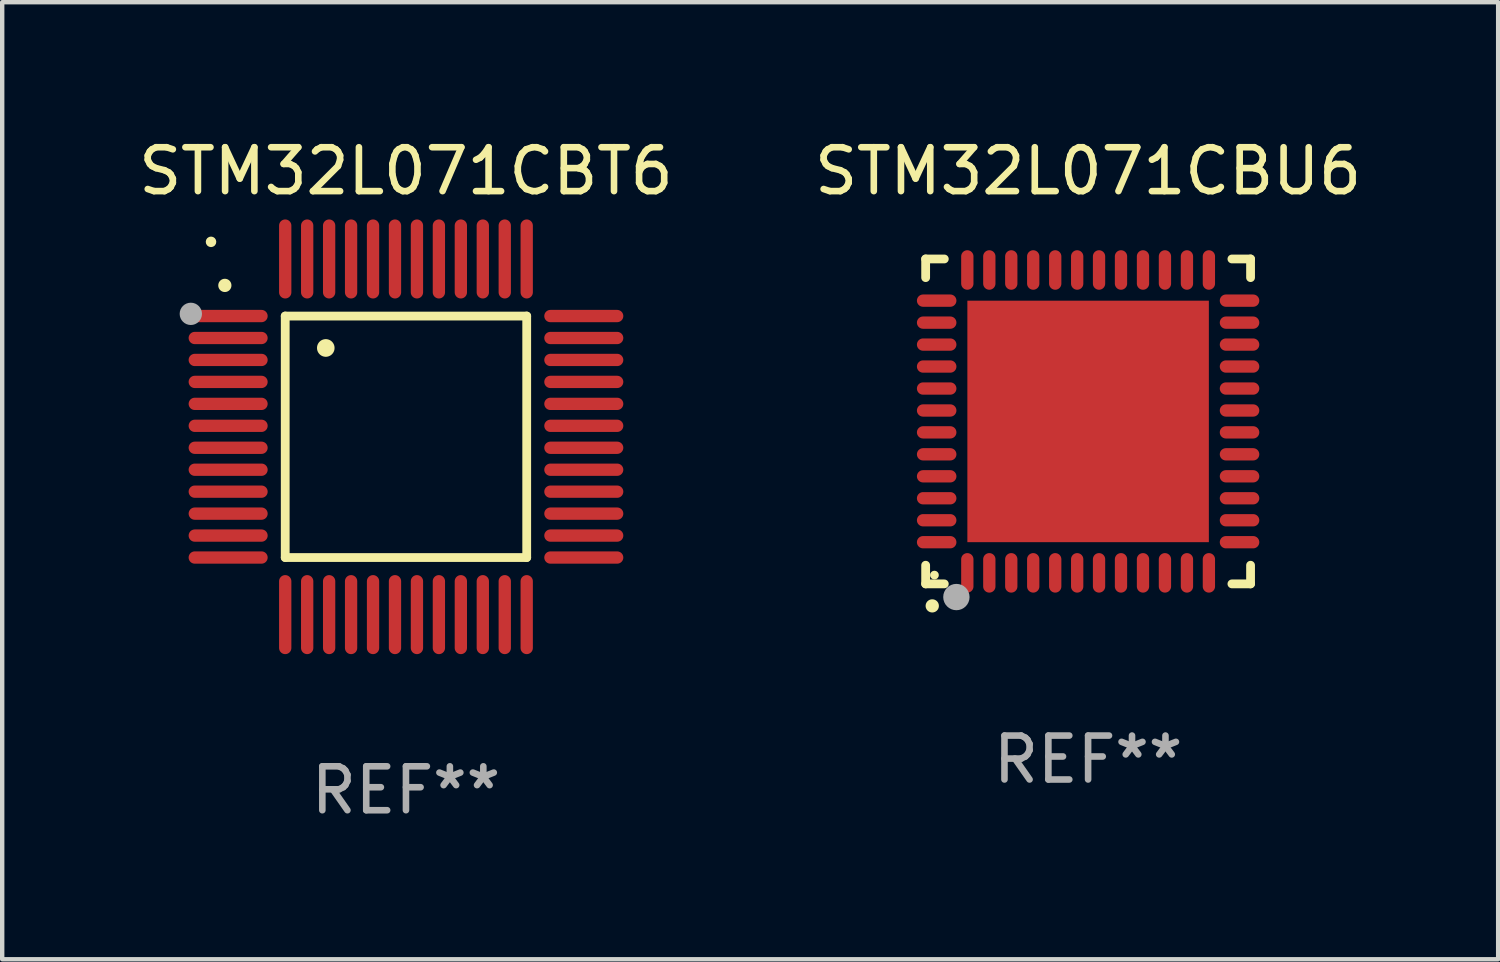
<source format=kicad_pcb>
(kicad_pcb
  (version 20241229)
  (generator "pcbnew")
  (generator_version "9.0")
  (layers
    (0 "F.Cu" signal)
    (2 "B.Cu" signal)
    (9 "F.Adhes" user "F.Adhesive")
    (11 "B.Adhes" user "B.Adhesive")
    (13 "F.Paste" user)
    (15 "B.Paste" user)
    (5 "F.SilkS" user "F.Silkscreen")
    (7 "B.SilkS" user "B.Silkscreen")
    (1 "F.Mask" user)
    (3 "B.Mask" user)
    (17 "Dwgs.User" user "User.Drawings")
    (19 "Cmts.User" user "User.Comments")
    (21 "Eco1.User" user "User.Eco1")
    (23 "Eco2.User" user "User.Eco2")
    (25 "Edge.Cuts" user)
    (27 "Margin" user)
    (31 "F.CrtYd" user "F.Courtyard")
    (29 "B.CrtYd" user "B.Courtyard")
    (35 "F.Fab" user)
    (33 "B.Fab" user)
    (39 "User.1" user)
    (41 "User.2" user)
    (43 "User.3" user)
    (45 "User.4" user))
  (footprint "STM32L071CBU6"
    (layer "F.Cu")
    (at 21.732 6.548)
    (property "Reference" "STM32L071CBU6" (at 0 -5.7 0) (layer "F.SilkS") (effects (font (size 1 1) (thickness 0.15))))
    (attr through_hole)
    (fp_line (start -3.7 -3.7) (end -3.275 -3.7) (stroke (width 0.2) (type solid)) (layer "F.SilkS"))
    (fp_line (start -3.7 -3.275) (end -3.7 -3.7) (stroke (width 0.2) (type solid)) (layer "F.SilkS"))
    (fp_line (start -3.7 3.7) (end -3.7 3.275) (stroke (width 0.2) (type solid)) (layer "F.SilkS"))
    (fp_line (start -3.275 3.7) (end -3.7 3.7) (stroke (width 0.2) (type solid)) (layer "F.SilkS"))
    (fp_line (start 3.7 -3.7) (end 3.275 -3.7) (stroke (width 0.2) (type solid)) (layer "F.SilkS"))
    (fp_line (start 3.7 -3.275) (end 3.7 -3.7) (stroke (width 0.2) (type solid)) (layer "F.SilkS"))
    (fp_line (start 3.7 3.275) (end 3.7 3.7) (stroke (width 0.2) (type solid)) (layer "F.SilkS"))
    (fp_line (start 3.7 3.7) (end 3.275 3.7) (stroke (width 0.2) (type solid)) (layer "F.SilkS"))
    (fp_arc (start -3.550927 4.201168) (mid -3.549657 4.201163) (end -3.548387 4.201168) (stroke (width 0.3) (type solid)) (layer "F.SilkS"))
    (fp_circle (center -3.5 3.5) (end -3.45 3.5) (stroke (width 0.1) (type solid)) (fill no) (layer "F.SilkS"))
    (fp_circle (center -3 4) (end -2.85 4) (stroke (width 0.3) (type solid)) (fill no) (layer "F.Fab"))
    (fp_text user "REF**" (at 0 7.7 0) (layer "F.Fab") (effects (font (size 1 1) (thickness 0.15))))
    (pad "1" smd oval (at -2.751 3.449) (size 0.28 0.9) (layers "F.Cu" "F.Mask" "F.Paste"))
    (pad "2" smd oval (at -2.25 3.449) (size 0.28 0.9) (layers "F.Cu" "F.Mask" "F.Paste"))
    (pad "3" smd oval (at -1.75 3.449) (size 0.28 0.9) (layers "F.Cu" "F.Mask" "F.Paste"))
    (pad "4" smd oval (at -1.25 3.449) (size 0.28 0.9) (layers "F.Cu" "F.Mask" "F.Paste"))
    (pad "5" smd oval (at -0.749 3.449) (size 0.28 0.9) (layers "F.Cu" "F.Mask" "F.Paste"))
    (pad "6" smd oval (at -0.249 3.449) (size 0.28 0.9) (layers "F.Cu" "F.Mask" "F.Paste"))
    (pad "7" smd oval (at 0.249 3.449) (size 0.28 0.9) (layers "F.Cu" "F.Mask" "F.Paste"))
    (pad "8" smd oval (at 0.749 3.449) (size 0.28 0.9) (layers "F.Cu" "F.Mask" "F.Paste"))
    (pad "9" smd oval (at 1.25 3.449) (size 0.28 0.9) (layers "F.Cu" "F.Mask" "F.Paste"))
    (pad "10" smd oval (at 1.75 3.449) (size 0.28 0.9) (layers "F.Cu" "F.Mask" "F.Paste"))
    (pad "11" smd oval (at 2.251 3.449) (size 0.28 0.9) (layers "F.Cu" "F.Mask" "F.Paste"))
    (pad "12" smd oval (at 2.751 3.449) (size 0.28 0.9) (layers "F.Cu" "F.Mask" "F.Paste"))
    (pad "13" smd oval (at 3.449 2.751) (size 0.9 0.28) (layers "F.Cu" "F.Mask" "F.Paste"))
    (pad "14" smd oval (at 3.449 2.251) (size 0.9 0.28) (layers "F.Cu" "F.Mask" "F.Paste"))
    (pad "15" smd oval (at 3.449 1.75) (size 0.9 0.28) (layers "F.Cu" "F.Mask" "F.Paste"))
    (pad "16" smd oval (at 3.449 1.25) (size 0.9 0.28) (layers "F.Cu" "F.Mask" "F.Paste"))
    (pad "17" smd oval (at 3.449 0.749) (size 0.9 0.28) (layers "F.Cu" "F.Mask" "F.Paste"))
    (pad "18" smd oval (at 3.449 0.249) (size 0.9 0.28) (layers "F.Cu" "F.Mask" "F.Paste"))
    (pad "19" smd oval (at 3.449 -0.249) (size 0.9 0.28) (layers "F.Cu" "F.Mask" "F.Paste"))
    (pad "20" smd oval (at 3.449 -0.749) (size 0.9 0.28) (layers "F.Cu" "F.Mask" "F.Paste"))
    (pad "21" smd oval (at 3.449 -1.25) (size 0.9 0.28) (layers "F.Cu" "F.Mask" "F.Paste"))
    (pad "22" smd oval (at 3.449 -1.75) (size 0.9 0.28) (layers "F.Cu" "F.Mask" "F.Paste"))
    (pad "23" smd oval (at 3.449 -2.25) (size 0.9 0.28) (layers "F.Cu" "F.Mask" "F.Paste"))
    (pad "24" smd oval (at 3.449 -2.751) (size 0.9 0.28) (layers "F.Cu" "F.Mask" "F.Paste"))
    (pad "25" smd oval (at 2.751 -3.449) (size 0.28 0.9) (layers "F.Cu" "F.Mask" "F.Paste"))
    (pad "26" smd oval (at 2.251 -3.449) (size 0.28 0.9) (layers "F.Cu" "F.Mask" "F.Paste"))
    (pad "27" smd oval (at 1.75 -3.449) (size 0.28 0.9) (layers "F.Cu" "F.Mask" "F.Paste"))
    (pad "28" smd oval (at 1.25 -3.449) (size 0.28 0.9) (layers "F.Cu" "F.Mask" "F.Paste"))
    (pad "29" smd oval (at 0.749 -3.449) (size 0.28 0.9) (layers "F.Cu" "F.Mask" "F.Paste"))
    (pad "30" smd oval (at 0.249 -3.449) (size 0.28 0.9) (layers "F.Cu" "F.Mask" "F.Paste"))
    (pad "31" smd oval (at -0.249 -3.449) (size 0.28 0.9) (layers "F.Cu" "F.Mask" "F.Paste"))
    (pad "32" smd oval (at -0.749 -3.449) (size 0.28 0.9) (layers "F.Cu" "F.Mask" "F.Paste"))
    (pad "33" smd oval (at -1.25 -3.449) (size 0.28 0.9) (layers "F.Cu" "F.Mask" "F.Paste"))
    (pad "34" smd oval (at -1.75 -3.449) (size 0.28 0.9) (layers "F.Cu" "F.Mask" "F.Paste"))
    (pad "35" smd oval (at -2.25 -3.449) (size 0.28 0.9) (layers "F.Cu" "F.Mask" "F.Paste"))
    (pad "36" smd oval (at -2.751 -3.449) (size 0.28 0.9) (layers "F.Cu" "F.Mask" "F.Paste"))
    (pad "37" smd oval (at -3.449 -2.751) (size 0.9 0.28) (layers "F.Cu" "F.Mask" "F.Paste"))
    (pad "38" smd oval (at -3.449 -2.25) (size 0.9 0.28) (layers "F.Cu" "F.Mask" "F.Paste"))
    (pad "39" smd oval (at -3.449 -1.75) (size 0.9 0.28) (layers "F.Cu" "F.Mask" "F.Paste"))
    (pad "40" smd oval (at -3.449 -1.25) (size 0.9 0.28) (layers "F.Cu" "F.Mask" "F.Paste"))
    (pad "41" smd oval (at -3.449 -0.749) (size 0.9 0.28) (layers "F.Cu" "F.Mask" "F.Paste"))
    (pad "42" smd oval (at -3.449 -0.249) (size 0.9 0.28) (layers "F.Cu" "F.Mask" "F.Paste"))
    (pad "43" smd oval (at -3.449 0.249) (size 0.9 0.28) (layers "F.Cu" "F.Mask" "F.Paste"))
    (pad "44" smd oval (at -3.449 0.749) (size 0.9 0.28) (layers "F.Cu" "F.Mask" "F.Paste"))
    (pad "45" smd oval (at -3.449 1.25) (size 0.9 0.28) (layers "F.Cu" "F.Mask" "F.Paste"))
    (pad "46" smd oval (at -3.449 1.75) (size 0.9 0.28) (layers "F.Cu" "F.Mask" "F.Paste"))
    (pad "47" smd oval (at -3.449 2.251) (size 0.9 0.28) (layers "F.Cu" "F.Mask" "F.Paste"))
    (pad "48" smd oval (at -3.449 2.751) (size 0.9 0.28) (layers "F.Cu" "F.Mask" "F.Paste"))
    (pad "49" smd rect (at 0.000076 0.000076) (size 5.5 5.5) (layers "F.Cu" "F.Mask" "F.Paste")))
  (footprint "STM32L071CBT6"
    (layer "F.Cu")
    (at 6.196 6.898)
    (property "Reference" "STM32L071CBT6" (at 0 -6.05 0) (layer "F.SilkS") (effects (font (size 1 1) (thickness 0.15))))
    (attr through_hole)
    (fp_line (start -2.75 -2.75) (end 2.75 -2.75) (stroke (width 0.2) (type solid)) (layer "F.SilkS"))
    (fp_line (start -2.75 2.75) (end -2.75 -2.75) (stroke (width 0.2) (type solid)) (layer "F.SilkS"))
    (fp_line (start 2.75 -2.75) (end 2.75 2.75) (stroke (width 0.2) (type solid)) (layer "F.SilkS"))
    (fp_line (start 2.75 2.75) (end -2.75 2.75) (stroke (width 0.2) (type solid)) (layer "F.SilkS"))
    (fp_arc (start -4.124968 -3.446787) (mid -4.124973 -3.448057) (end -4.124968 -3.449327) (stroke (width 0.3) (type solid)) (layer "F.SilkS"))
    (fp_arc (start -1.826264 -2.021844) (mid -1.826268 -2.023114) (end -1.826264 -2.024384) (stroke (width 0.4) (type solid)) (layer "F.SilkS"))
    (fp_circle (center -4.44 -4.44) (end -4.38 -4.44) (stroke (width 0.12) (type solid)) (fill no) (layer "F.SilkS"))
    (fp_circle (center -4.9 -2.8) (end -4.773 -2.8) (stroke (width 0.254) (type solid)) (fill no) (layer "F.Fab"))
    (fp_text user "REF**" (at 0 8.05 0) (layer "F.Fab") (effects (font (size 1 1) (thickness 0.15))))
    (pad "1" smd oval (at -4.05 -2.75 90) (size 0.28 1.8) (layers "F.Cu" "F.Mask" "F.Paste"))
    (pad "2" smd oval (at -4.05 -2.25 90) (size 0.28 1.8) (layers "F.Cu" "F.Mask" "F.Paste"))
    (pad "3" smd oval (at -4.05 -1.75 90) (size 0.28 1.8) (layers "F.Cu" "F.Mask" "F.Paste"))
    (pad "4" smd oval (at -4.05 -1.25 90) (size 0.28 1.8) (layers "F.Cu" "F.Mask" "F.Paste"))
    (pad "5" smd oval (at -4.05 -0.75 90) (size 0.28 1.8) (layers "F.Cu" "F.Mask" "F.Paste"))
    (pad "6" smd oval (at -4.05 -0.25 90) (size 0.28 1.8) (layers "F.Cu" "F.Mask" "F.Paste"))
    (pad "7" smd oval (at -4.05 0.25 90) (size 0.28 1.8) (layers "F.Cu" "F.Mask" "F.Paste"))
    (pad "8" smd oval (at -4.05 0.75 90) (size 0.28 1.8) (layers "F.Cu" "F.Mask" "F.Paste"))
    (pad "9" smd oval (at -4.05 1.25 90) (size 0.28 1.8) (layers "F.Cu" "F.Mask" "F.Paste"))
    (pad "10" smd oval (at -4.05 1.75 90) (size 0.28 1.8) (layers "F.Cu" "F.Mask" "F.Paste"))
    (pad "11" smd oval (at -4.05 2.25 90) (size 0.28 1.8) (layers "F.Cu" "F.Mask" "F.Paste"))
    (pad "12" smd oval (at -4.05 2.75 90) (size 0.28 1.8) (layers "F.Cu" "F.Mask" "F.Paste"))
    (pad "13" smd oval (at -2.75 4.05) (size 0.28 1.8) (layers "F.Cu" "F.Mask" "F.Paste"))
    (pad "14" smd oval (at -2.25 4.05) (size 0.28 1.8) (layers "F.Cu" "F.Mask" "F.Paste"))
    (pad "15" smd oval (at -1.75 4.05) (size 0.28 1.8) (layers "F.Cu" "F.Mask" "F.Paste"))
    (pad "16" smd oval (at -1.25 4.05) (size 0.28 1.8) (layers "F.Cu" "F.Mask" "F.Paste"))
    (pad "17" smd oval (at -0.75 4.05) (size 0.28 1.8) (layers "F.Cu" "F.Mask" "F.Paste"))
    (pad "18" smd oval (at -0.25 4.05) (size 0.28 1.8) (layers "F.Cu" "F.Mask" "F.Paste"))
    (pad "19" smd oval (at 0.25 4.05) (size 0.28 1.8) (layers "F.Cu" "F.Mask" "F.Paste"))
    (pad "20" smd oval (at 0.75 4.05) (size 0.28 1.8) (layers "F.Cu" "F.Mask" "F.Paste"))
    (pad "21" smd oval (at 1.25 4.05) (size 0.28 1.8) (layers "F.Cu" "F.Mask" "F.Paste"))
    (pad "22" smd oval (at 1.75 4.05) (size 0.28 1.8) (layers "F.Cu" "F.Mask" "F.Paste"))
    (pad "23" smd oval (at 2.25 4.05) (size 0.28 1.8) (layers "F.Cu" "F.Mask" "F.Paste"))
    (pad "24" smd oval (at 2.75 4.05) (size 0.28 1.8) (layers "F.Cu" "F.Mask" "F.Paste"))
    (pad "25" smd oval (at 4.05 2.75 90) (size 0.28 1.8) (layers "F.Cu" "F.Mask" "F.Paste"))
    (pad "26" smd oval (at 4.05 2.25 90) (size 0.28 1.8) (layers "F.Cu" "F.Mask" "F.Paste"))
    (pad "27" smd oval (at 4.05 1.75 90) (size 0.28 1.8) (layers "F.Cu" "F.Mask" "F.Paste"))
    (pad "28" smd oval (at 4.05 1.25 90) (size 0.28 1.8) (layers "F.Cu" "F.Mask" "F.Paste"))
    (pad "29" smd oval (at 4.05 0.75 90) (size 0.28 1.8) (layers "F.Cu" "F.Mask" "F.Paste"))
    (pad "30" smd oval (at 4.05 0.25 90) (size 0.28 1.8) (layers "F.Cu" "F.Mask" "F.Paste"))
    (pad "31" smd oval (at 4.05 -0.25 90) (size 0.28 1.8) (layers "F.Cu" "F.Mask" "F.Paste"))
    (pad "32" smd oval (at 4.05 -0.75 90) (size 0.28 1.8) (layers "F.Cu" "F.Mask" "F.Paste"))
    (pad "33" smd oval (at 4.05 -1.25 90) (size 0.28 1.8) (layers "F.Cu" "F.Mask" "F.Paste"))
    (pad "34" smd oval (at 4.05 -1.75 90) (size 0.28 1.8) (layers "F.Cu" "F.Mask" "F.Paste"))
    (pad "35" smd oval (at 4.05 -2.25 90) (size 0.28 1.8) (layers "F.Cu" "F.Mask" "F.Paste"))
    (pad "36" smd oval (at 4.05 -2.75 90) (size 0.28 1.8) (layers "F.Cu" "F.Mask" "F.Paste"))
    (pad "37" smd oval (at 2.75 -4.05) (size 0.28 1.8) (layers "F.Cu" "F.Mask" "F.Paste"))
    (pad "38" smd oval (at 2.25 -4.05) (size 0.28 1.8) (layers "F.Cu" "F.Mask" "F.Paste"))
    (pad "39" smd oval (at 1.75 -4.05) (size 0.28 1.8) (layers "F.Cu" "F.Mask" "F.Paste"))
    (pad "40" smd oval (at 1.25 -4.05) (size 0.28 1.8) (layers "F.Cu" "F.Mask" "F.Paste"))
    (pad "41" smd oval (at 0.75 -4.05) (size 0.28 1.8) (layers "F.Cu" "F.Mask" "F.Paste"))
    (pad "42" smd oval (at 0.25 -4.05) (size 0.28 1.8) (layers "F.Cu" "F.Mask" "F.Paste"))
    (pad "43" smd oval (at -0.25 -4.05) (size 0.28 1.8) (layers "F.Cu" "F.Mask" "F.Paste"))
    (pad "44" smd oval (at -0.75 -4.05) (size 0.28 1.8) (layers "F.Cu" "F.Mask" "F.Paste"))
    (pad "45" smd oval (at -1.25 -4.05) (size 0.28 1.8) (layers "F.Cu" "F.Mask" "F.Paste"))
    (pad "46" smd oval (at -1.75 -4.05) (size 0.28 1.8) (layers "F.Cu" "F.Mask" "F.Paste"))
    (pad "47" smd oval (at -2.25 -4.05) (size 0.28 1.8) (layers "F.Cu" "F.Mask" "F.Paste"))
    (pad "48" smd oval (at -2.75 -4.05) (size 0.28 1.8) (layers "F.Cu" "F.Mask" "F.Paste")))
  (gr_rect
    (start -3 -3)
    (end 31.071 18.797)
    (stroke (width 0.1) (type default))
    (fill no)
    (layer "Edge.Cuts")))
</source>
